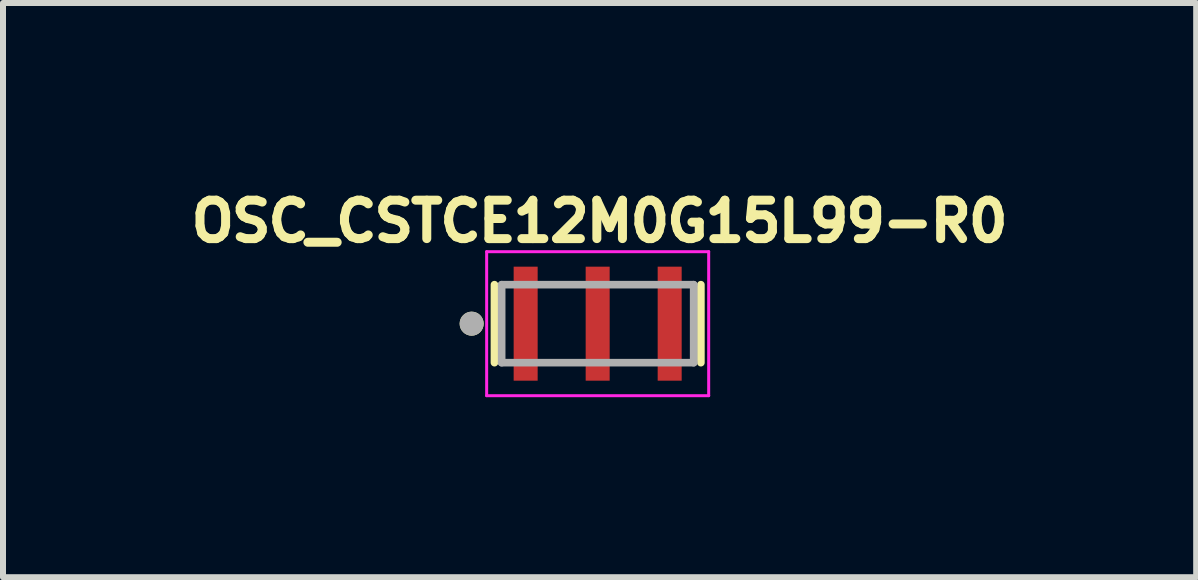
<source format=kicad_pcb>
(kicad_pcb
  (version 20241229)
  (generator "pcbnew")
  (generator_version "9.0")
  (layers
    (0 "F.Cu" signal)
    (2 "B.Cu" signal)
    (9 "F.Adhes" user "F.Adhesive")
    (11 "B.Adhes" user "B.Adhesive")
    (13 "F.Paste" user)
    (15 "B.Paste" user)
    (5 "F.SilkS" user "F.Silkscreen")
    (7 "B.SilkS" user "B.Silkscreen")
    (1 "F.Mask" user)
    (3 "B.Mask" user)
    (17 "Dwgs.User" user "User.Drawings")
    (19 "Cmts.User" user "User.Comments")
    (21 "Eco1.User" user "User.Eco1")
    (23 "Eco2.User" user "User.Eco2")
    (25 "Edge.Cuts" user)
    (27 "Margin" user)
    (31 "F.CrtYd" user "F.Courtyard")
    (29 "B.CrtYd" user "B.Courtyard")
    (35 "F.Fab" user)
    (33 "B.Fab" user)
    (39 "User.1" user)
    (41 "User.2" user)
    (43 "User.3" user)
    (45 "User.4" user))
  (footprint "OSC_CSTCE12M0G15L99-R0"
    (layer "F.Cu")
    (at 6.91 2.344)
    (property "Reference" "OSC_CSTCE12M0G15L99-R0" (at 0.032 -1.706 0) (layer "F.SilkS") (effects (font (size 0.64 0.64) (thickness 0.15))))
    (attr smd)
    (fp_line (start -1.72 0.65) (end -1.72 -0.65) (stroke (width 0.127) (type solid)) (layer "F.SilkS"))
    (fp_line (start 1.72 0.65) (end 1.72 -0.65) (stroke (width 0.127) (type solid)) (layer "F.SilkS"))
    (fp_circle (center -2.1 0) (end -2 0) (stroke (width 0.2) (type solid)) (fill no) (layer "F.SilkS"))
    (fp_line (start -1.85 -1.2) (end 1.85 -1.2) (stroke (width 0.05) (type solid)) (layer "F.CrtYd"))
    (fp_line (start -1.85 1.2) (end -1.85 -1.2) (stroke (width 0.05) (type solid)) (layer "F.CrtYd"))
    (fp_line (start 1.85 -1.2) (end 1.85 1.2) (stroke (width 0.05) (type solid)) (layer "F.CrtYd"))
    (fp_line (start 1.85 1.2) (end -1.85 1.2) (stroke (width 0.05) (type solid)) (layer "F.CrtYd"))
    (fp_line (start -1.6 -0.65) (end 1.6 -0.65) (stroke (width 0.127) (type solid)) (layer "F.Fab"))
    (fp_line (start -1.6 0.65) (end -1.6 -0.65) (stroke (width 0.127) (type solid)) (layer "F.Fab"))
    (fp_line (start 1.6 -0.65) (end 1.6 0.65) (stroke (width 0.127) (type solid)) (layer "F.Fab"))
    (fp_line (start 1.6 0.65) (end -1.6 0.65) (stroke (width 0.127) (type solid)) (layer "F.Fab"))
    (fp_circle (center -2.1 0) (end -2 0) (stroke (width 0.2) (type solid)) (fill no) (layer "F.Fab"))
    (pad "1" smd rect (at -1.2 0) (size 0.4 1.9) (layers "F.Cu" "F.Mask" "F.Paste"))
    (pad "2" smd rect (at 0 0) (size 0.4 1.9) (layers "F.Cu" "F.Mask" "F.Paste"))
    (pad "3" smd rect (at 1.2 0) (size 0.4 1.9) (layers "F.Cu" "F.Mask" "F.Paste")))
  (gr_rect
    (start -3 -3)
    (end 16.884 6.569)
    (stroke (width 0.1) (type default))
    (fill no)
    (layer "Edge.Cuts")))
</source>
